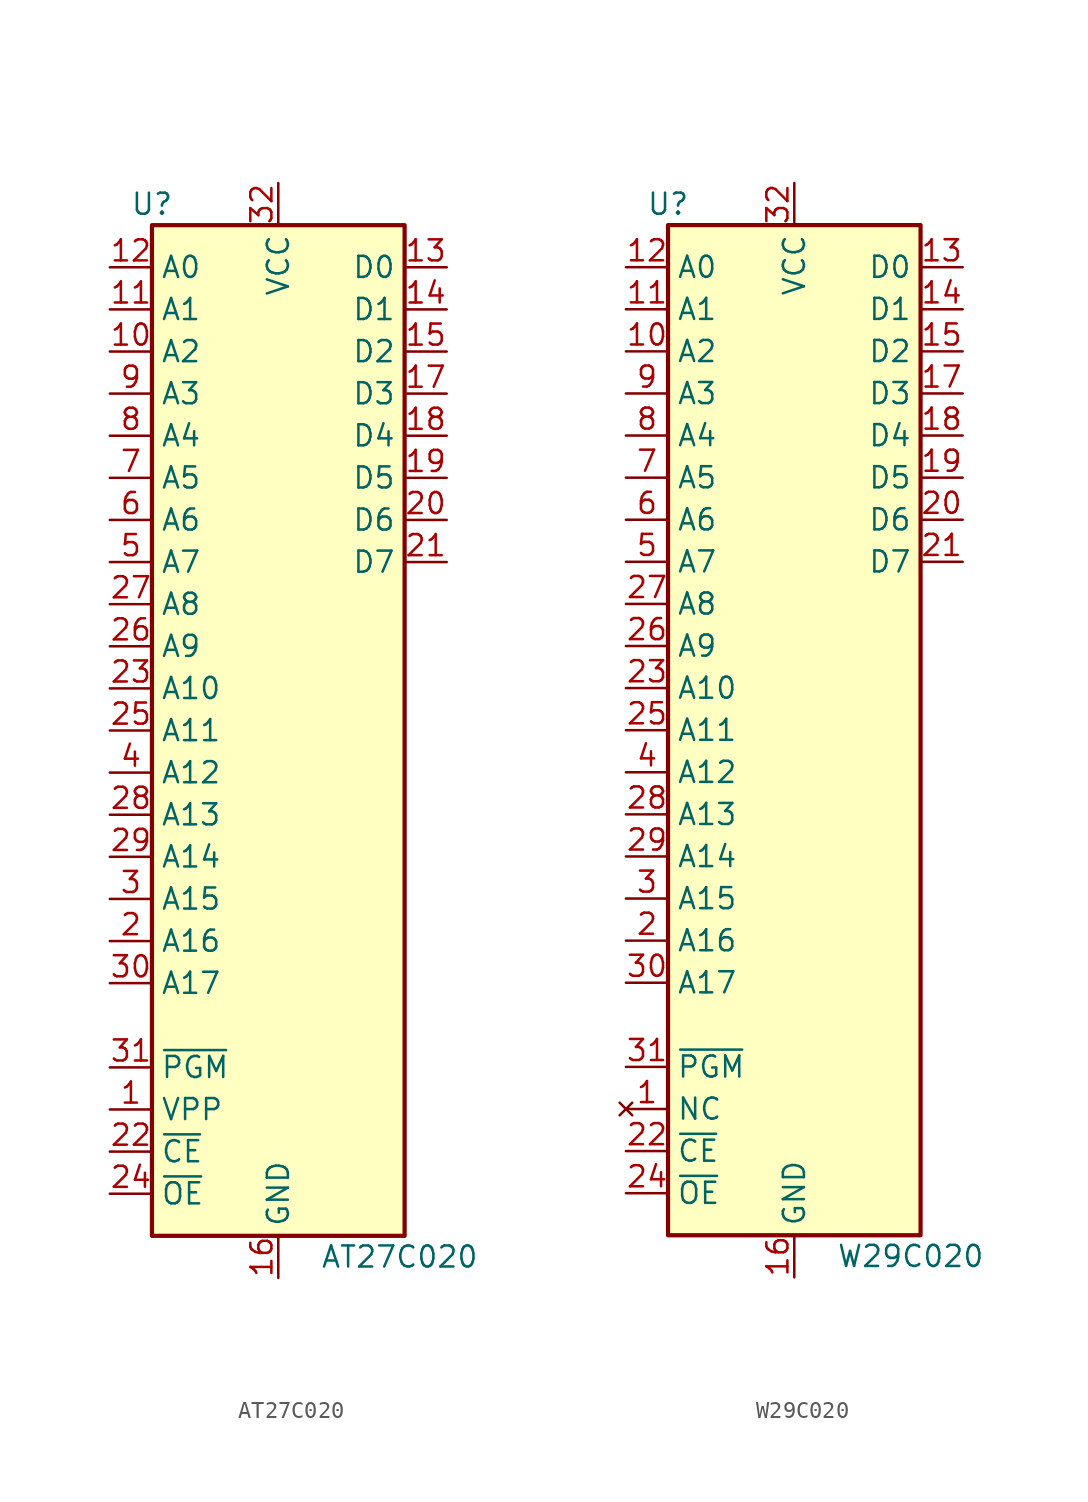
<source format=kicad_sym>
(kicad_symbol_lib
  (version 20220914)
  (generator kicad_symbol_editor)
  (symbol "AT27C020"
    (property "Reference" "U"
      (at -7.62 31.75 0)
      (effects (font (size 1.27 1.27))))
    (property "Value" "AT27C020"
      (at 2.54 -31.75 0)
      (effects (font (size 1.27 1.27)) (justify left)))
    (symbol "AT27C020_1_1"
      (rectangle (start -7.62 30.48) (end 7.62 -30.48) (stroke (width 0.254) (type default)) (fill (type background)))
      (pin power_in line (at -10.16 -22.86 0) (length 2.54) (name "VPP" (effects (font (size 1.27 1.27)))) (number "1" (effects (font (size 1.27 1.27)))))
      (pin input line (at -10.16 22.86 0) (length 2.54) (name "A2" (effects (font (size 1.27 1.27)))) (number "10" (effects (font (size 1.27 1.27)))))
      (pin input line (at -10.16 25.4 0) (length 2.54) (name "A1" (effects (font (size 1.27 1.27)))) (number "11" (effects (font (size 1.27 1.27)))))
      (pin input line (at -10.16 27.94 0) (length 2.54) (name "A0" (effects (font (size 1.27 1.27)))) (number "12" (effects (font (size 1.27 1.27)))))
      (pin tri_state line (at 10.16 27.94 180) (length 2.54) (name "D0" (effects (font (size 1.27 1.27)))) (number "13" (effects (font (size 1.27 1.27)))))
      (pin tri_state line (at 10.16 25.4 180) (length 2.54) (name "D1" (effects (font (size 1.27 1.27)))) (number "14" (effects (font (size 1.27 1.27)))))
      (pin tri_state line (at 10.16 22.86 180) (length 2.54) (name "D2" (effects (font (size 1.27 1.27)))) (number "15" (effects (font (size 1.27 1.27)))))
      (pin power_in line (at 0 -33.02 90) (length 2.54) (name "GND" (effects (font (size 1.27 1.27)))) (number "16" (effects (font (size 1.27 1.27)))))
      (pin tri_state line (at 10.16 20.32 180) (length 2.54) (name "D3" (effects (font (size 1.27 1.27)))) (number "17" (effects (font (size 1.27 1.27)))))
      (pin tri_state line (at 10.16 17.78 180) (length 2.54) (name "D4" (effects (font (size 1.27 1.27)))) (number "18" (effects (font (size 1.27 1.27)))))
      (pin tri_state line (at 10.16 15.24 180) (length 2.54) (name "D5" (effects (font (size 1.27 1.27)))) (number "19" (effects (font (size 1.27 1.27)))))
      (pin input line (at -10.16 -12.7 0) (length 2.54) (name "A16" (effects (font (size 1.27 1.27)))) (number "2" (effects (font (size 1.27 1.27)))))
      (pin tri_state line (at 10.16 12.7 180) (length 2.54) (name "D6" (effects (font (size 1.27 1.27)))) (number "20" (effects (font (size 1.27 1.27)))))
      (pin tri_state line (at 10.16 10.16 180) (length 2.54) (name "D7" (effects (font (size 1.27 1.27)))) (number "21" (effects (font (size 1.27 1.27)))))
      (pin input line (at -10.16 -25.4 0) (length 2.54) (name "~{CE}" (effects (font (size 1.27 1.27)))) (number "22" (effects (font (size 1.27 1.27)))))
      (pin input line (at -10.16 2.54 0) (length 2.54) (name "A10" (effects (font (size 1.27 1.27)))) (number "23" (effects (font (size 1.27 1.27)))))
      (pin input line (at -10.16 -27.94 0) (length 2.54) (name "~{OE}" (effects (font (size 1.27 1.27)))) (number "24" (effects (font (size 1.27 1.27)))))
      (pin input line (at -10.16 0 0) (length 2.54) (name "A11" (effects (font (size 1.27 1.27)))) (number "25" (effects (font (size 1.27 1.27)))))
      (pin input line (at -10.16 5.08 0) (length 2.54) (name "A9" (effects (font (size 1.27 1.27)))) (number "26" (effects (font (size 1.27 1.27)))))
      (pin input line (at -10.16 7.62 0) (length 2.54) (name "A8" (effects (font (size 1.27 1.27)))) (number "27" (effects (font (size 1.27 1.27)))))
      (pin input line (at -10.16 -5.08 0) (length 2.54) (name "A13" (effects (font (size 1.27 1.27)))) (number "28" (effects (font (size 1.27 1.27)))))
      (pin input line (at -10.16 -7.62 0) (length 2.54) (name "A14" (effects (font (size 1.27 1.27)))) (number "29" (effects (font (size 1.27 1.27)))))
      (pin input line (at -10.16 -10.16 0) (length 2.54) (name "A15" (effects (font (size 1.27 1.27)))) (number "3" (effects (font (size 1.27 1.27)))))
      (pin input line (at -10.16 -15.24 0) (length 2.54) (name "A17" (effects (font (size 1.27 1.27)))) (number "30" (effects (font (size 1.27 1.27)))))
      (pin input line (at -10.16 -20.32 0) (length 2.54) (name "~{PGM}" (effects (font (size 1.27 1.27)))) (number "31" (effects (font (size 1.27 1.27)))))
      (pin power_in line (at 0 33.02 270) (length 2.54) (name "VCC" (effects (font (size 1.27 1.27)))) (number "32" (effects (font (size 1.27 1.27)))))
      (pin input line (at -10.16 -2.54 0) (length 2.54) (name "A12" (effects (font (size 1.27 1.27)))) (number "4" (effects (font (size 1.27 1.27)))))
      (pin input line (at -10.16 10.16 0) (length 2.54) (name "A7" (effects (font (size 1.27 1.27)))) (number "5" (effects (font (size 1.27 1.27)))))
      (pin input line (at -10.16 12.7 0) (length 2.54) (name "A6" (effects (font (size 1.27 1.27)))) (number "6" (effects (font (size 1.27 1.27)))))
      (pin input line (at -10.16 15.24 0) (length 2.54) (name "A5" (effects (font (size 1.27 1.27)))) (number "7" (effects (font (size 1.27 1.27)))))
      (pin input line (at -10.16 17.78 0) (length 2.54) (name "A4" (effects (font (size 1.27 1.27)))) (number "8" (effects (font (size 1.27 1.27)))))
      (pin input line (at -10.16 20.32 0) (length 2.54) (name "A3" (effects (font (size 1.27 1.27)))) (number "9" (effects (font (size 1.27 1.27)))))))
  (symbol "W29C020"
    (property "Reference" "U"
      (at -7.62 31.75 0)
      (effects (font (size 1.27 1.27))))
    (property "Value" "W29C020"
      (at 2.54 -31.75 0)
      (effects (font (size 1.27 1.27)) (justify left)))
    (symbol "W29C020_1_1"
      (rectangle (start -7.62 30.48) (end 7.62 -30.48) (stroke (width 0.254) (type default)) (fill (type background)))
      (pin no_connect line (at -10.16 -22.86 0) (length 2.54) (name "NC" (effects (font (size 1.27 1.27)))) (number "1" (effects (font (size 1.27 1.27)))))
      (pin input line (at -10.16 22.86 0) (length 2.54) (name "A2" (effects (font (size 1.27 1.27)))) (number "10" (effects (font (size 1.27 1.27)))))
      (pin input line (at -10.16 25.4 0) (length 2.54) (name "A1" (effects (font (size 1.27 1.27)))) (number "11" (effects (font (size 1.27 1.27)))))
      (pin input line (at -10.16 27.94 0) (length 2.54) (name "A0" (effects (font (size 1.27 1.27)))) (number "12" (effects (font (size 1.27 1.27)))))
      (pin tri_state line (at 10.16 27.94 180) (length 2.54) (name "D0" (effects (font (size 1.27 1.27)))) (number "13" (effects (font (size 1.27 1.27)))))
      (pin tri_state line (at 10.16 25.4 180) (length 2.54) (name "D1" (effects (font (size 1.27 1.27)))) (number "14" (effects (font (size 1.27 1.27)))))
      (pin tri_state line (at 10.16 22.86 180) (length 2.54) (name "D2" (effects (font (size 1.27 1.27)))) (number "15" (effects (font (size 1.27 1.27)))))
      (pin power_in line (at 0 -33.02 90) (length 2.54) (name "GND" (effects (font (size 1.27 1.27)))) (number "16" (effects (font (size 1.27 1.27)))))
      (pin tri_state line (at 10.16 20.32 180) (length 2.54) (name "D3" (effects (font (size 1.27 1.27)))) (number "17" (effects (font (size 1.27 1.27)))))
      (pin tri_state line (at 10.16 17.78 180) (length 2.54) (name "D4" (effects (font (size 1.27 1.27)))) (number "18" (effects (font (size 1.27 1.27)))))
      (pin tri_state line (at 10.16 15.24 180) (length 2.54) (name "D5" (effects (font (size 1.27 1.27)))) (number "19" (effects (font (size 1.27 1.27)))))
      (pin input line (at -10.16 -12.7 0) (length 2.54) (name "A16" (effects (font (size 1.27 1.27)))) (number "2" (effects (font (size 1.27 1.27)))))
      (pin tri_state line (at 10.16 12.7 180) (length 2.54) (name "D6" (effects (font (size 1.27 1.27)))) (number "20" (effects (font (size 1.27 1.27)))))
      (pin tri_state line (at 10.16 10.16 180) (length 2.54) (name "D7" (effects (font (size 1.27 1.27)))) (number "21" (effects (font (size 1.27 1.27)))))
      (pin input line (at -10.16 -25.4 0) (length 2.54) (name "~{CE}" (effects (font (size 1.27 1.27)))) (number "22" (effects (font (size 1.27 1.27)))))
      (pin input line (at -10.16 2.54 0) (length 2.54) (name "A10" (effects (font (size 1.27 1.27)))) (number "23" (effects (font (size 1.27 1.27)))))
      (pin input line (at -10.16 -27.94 0) (length 2.54) (name "~{OE}" (effects (font (size 1.27 1.27)))) (number "24" (effects (font (size 1.27 1.27)))))
      (pin input line (at -10.16 0 0) (length 2.54) (name "A11" (effects (font (size 1.27 1.27)))) (number "25" (effects (font (size 1.27 1.27)))))
      (pin input line (at -10.16 5.08 0) (length 2.54) (name "A9" (effects (font (size 1.27 1.27)))) (number "26" (effects (font (size 1.27 1.27)))))
      (pin input line (at -10.16 7.62 0) (length 2.54) (name "A8" (effects (font (size 1.27 1.27)))) (number "27" (effects (font (size 1.27 1.27)))))
      (pin input line (at -10.16 -5.08 0) (length 2.54) (name "A13" (effects (font (size 1.27 1.27)))) (number "28" (effects (font (size 1.27 1.27)))))
      (pin input line (at -10.16 -7.62 0) (length 2.54) (name "A14" (effects (font (size 1.27 1.27)))) (number "29" (effects (font (size 1.27 1.27)))))
      (pin input line (at -10.16 -10.16 0) (length 2.54) (name "A15" (effects (font (size 1.27 1.27)))) (number "3" (effects (font (size 1.27 1.27)))))
      (pin input line (at -10.16 -15.24 0) (length 2.54) (name "A17" (effects (font (size 1.27 1.27)))) (number "30" (effects (font (size 1.27 1.27)))))
      (pin input line (at -10.16 -20.32 0) (length 2.54) (name "~{PGM}" (effects (font (size 1.27 1.27)))) (number "31" (effects (font (size 1.27 1.27)))))
      (pin power_in line (at 0 33.02 270) (length 2.54) (name "VCC" (effects (font (size 1.27 1.27)))) (number "32" (effects (font (size 1.27 1.27)))))
      (pin input line (at -10.16 -2.54 0) (length 2.54) (name "A12" (effects (font (size 1.27 1.27)))) (number "4" (effects (font (size 1.27 1.27)))))
      (pin input line (at -10.16 10.16 0) (length 2.54) (name "A7" (effects (font (size 1.27 1.27)))) (number "5" (effects (font (size 1.27 1.27)))))
      (pin input line (at -10.16 12.7 0) (length 2.54) (name "A6" (effects (font (size 1.27 1.27)))) (number "6" (effects (font (size 1.27 1.27)))))
      (pin input line (at -10.16 15.24 0) (length 2.54) (name "A5" (effects (font (size 1.27 1.27)))) (number "7" (effects (font (size 1.27 1.27)))))
      (pin input line (at -10.16 17.78 0) (length 2.54) (name "A4" (effects (font (size 1.27 1.27)))) (number "8" (effects (font (size 1.27 1.27)))))
      (pin input line (at -10.16 20.32 0) (length 2.54) (name "A3" (effects (font (size 1.27 1.27)))) (number "9" (effects (font (size 1.27 1.27))))))))
</source>
